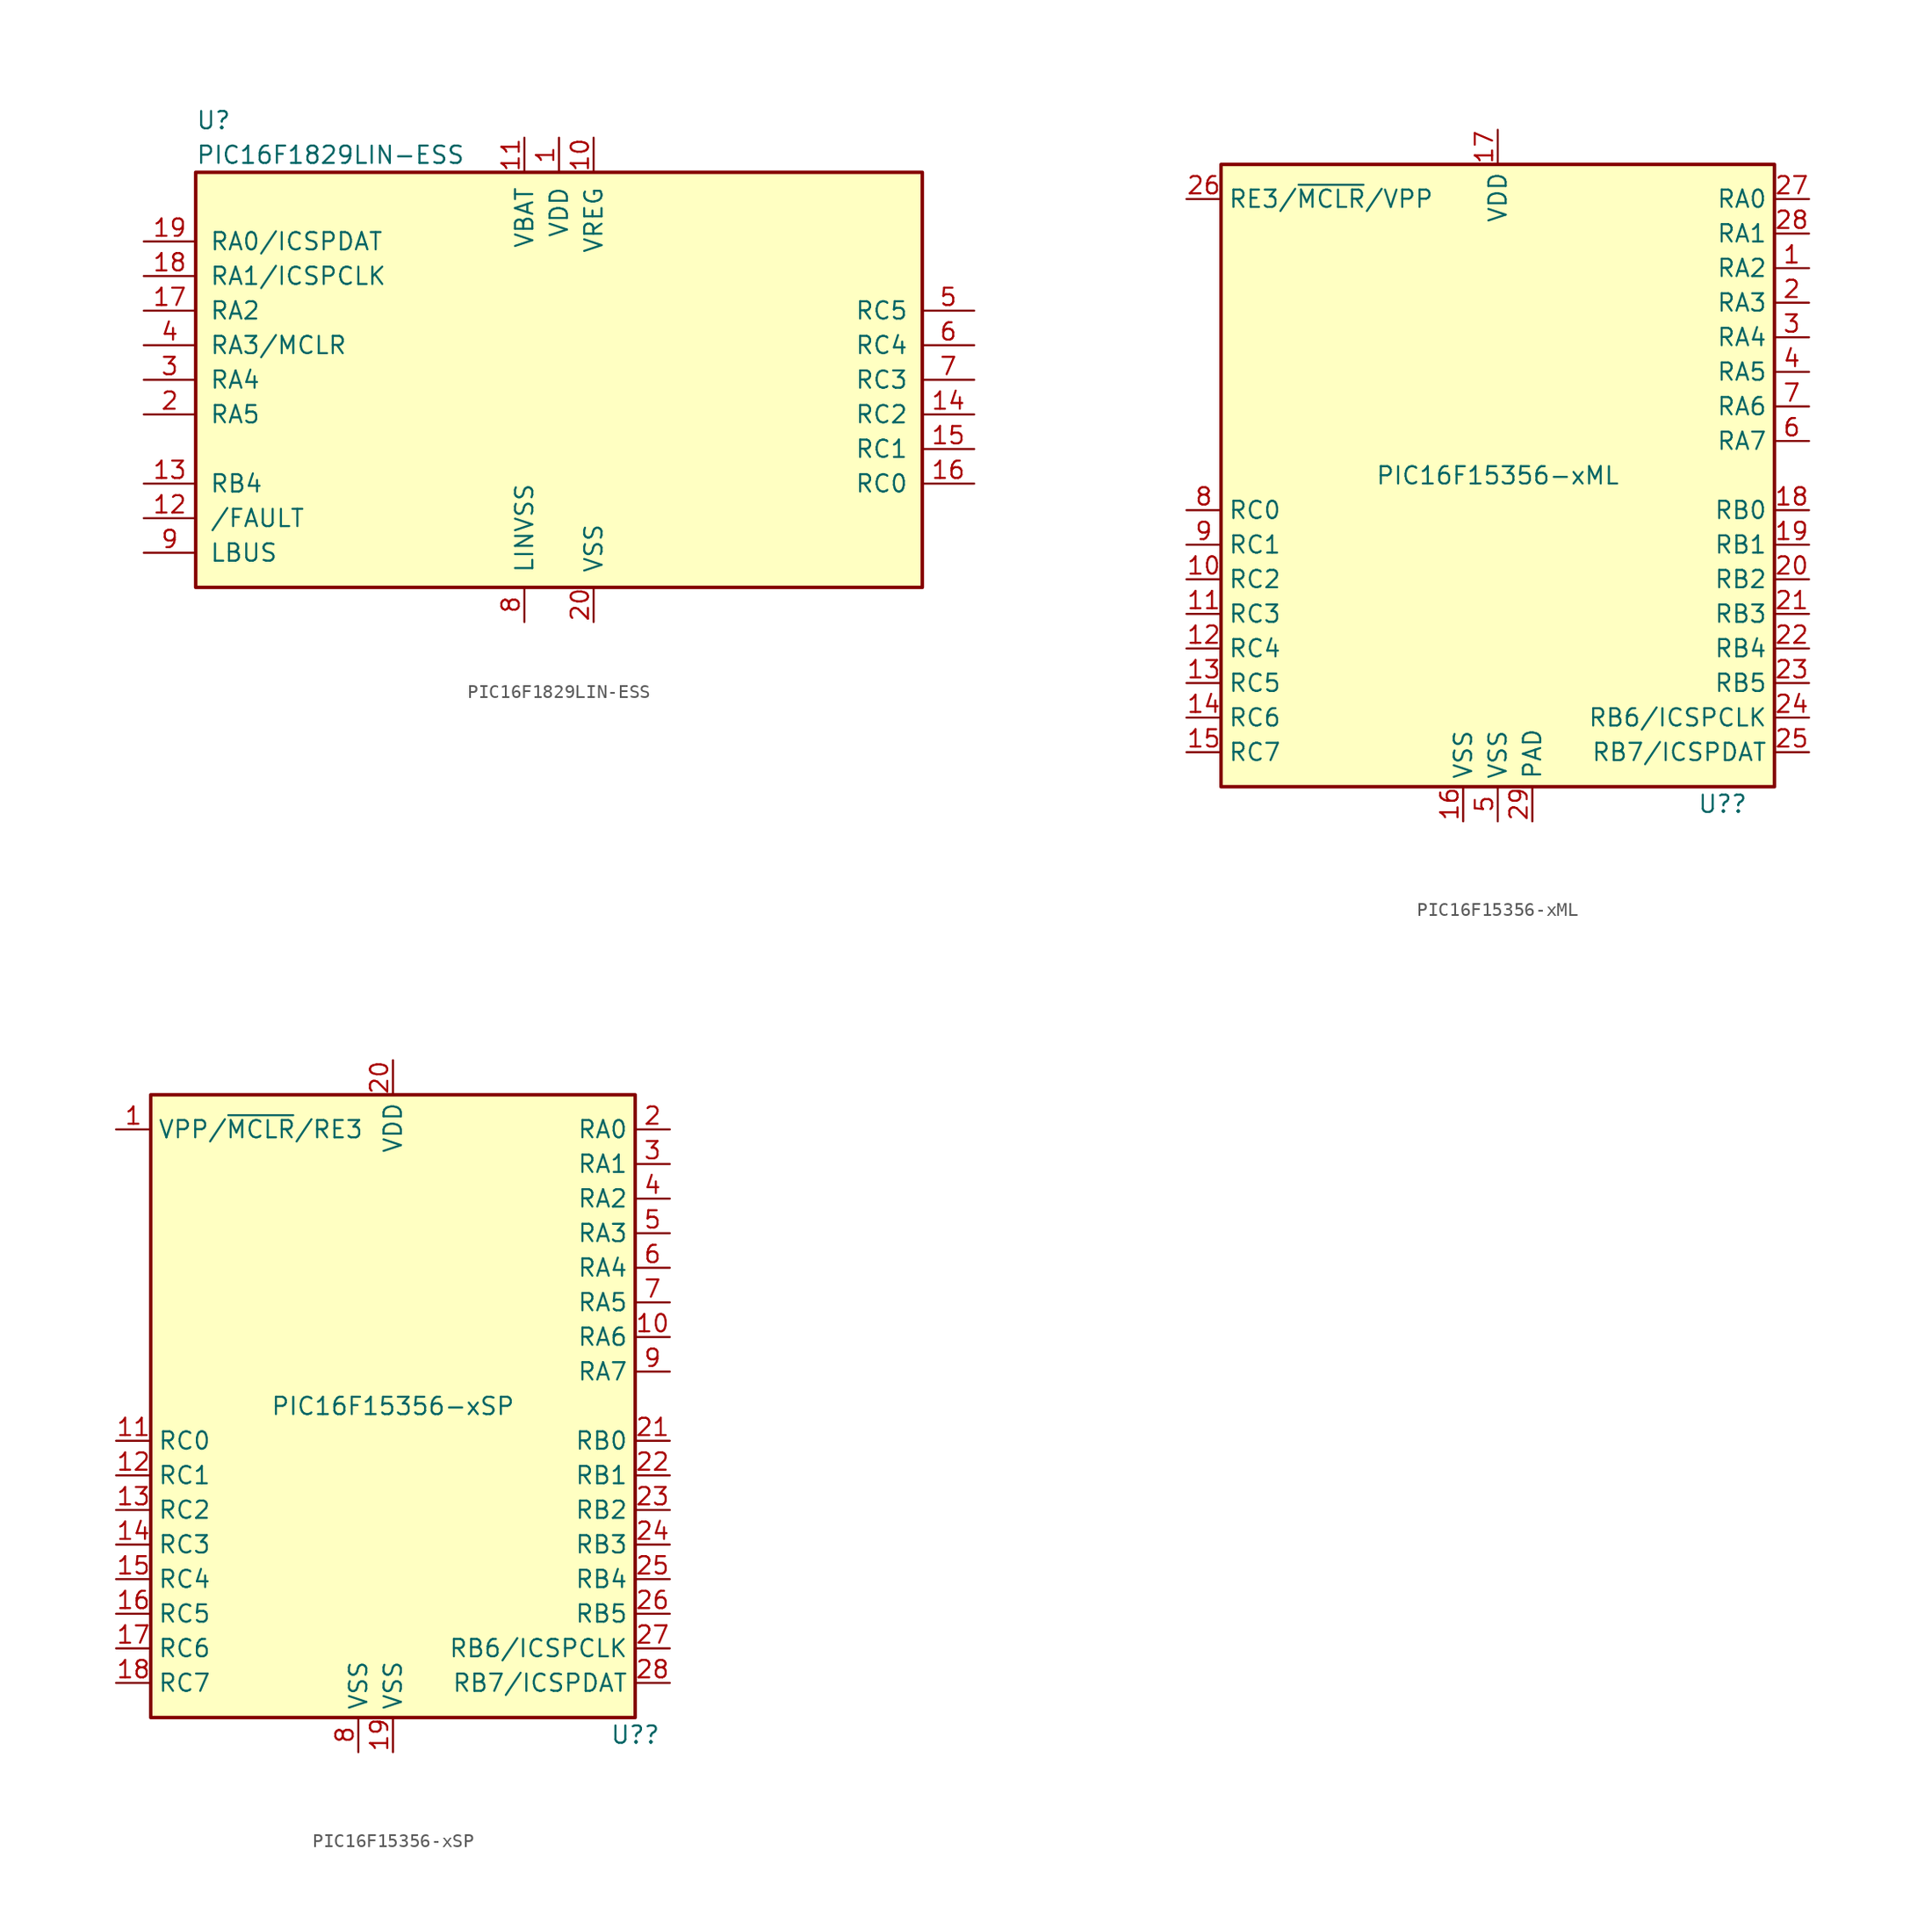
<source format=kicad_sym>
(kicad_symbol_lib
  (version 20211014)
  (generator kicad_symbol_editor)
  (symbol "PIC16F1829LIN-ESS"
    (pin_names
      (offset 1.016))
    (property "Reference" "U"
      (at -26.67 19.05 0)
      (effects (font (size 1.27 1.27)) (justify left)))
    (property "Value" "PIC16F1829LIN-ESS"
      (at -26.67 16.51 0)
      (effects (font (size 1.27 1.27)) (justify left)))
    (symbol "PIC16F1829LIN-ESS_0_1"
      (rectangle (start -26.67 15.24) (end 26.67 -15.24) (stroke (width 0.254) (type default) (color 0 0 0 0)) (fill (type background))))
    (symbol "PIC16F1829LIN-ESS_1_1"
      (pin power_in line (at 0 17.78 270) (length 2.54) (name "VDD" (effects (font (size 1.27 1.27)))) (number "1" (effects (font (size 1.27 1.27)))))
      (pin power_out line (at 2.54 17.78 270) (length 2.54) (name "VREG" (effects (font (size 1.27 1.27)))) (number "10" (effects (font (size 1.27 1.27)))))
      (pin power_in line (at -2.54 17.78 270) (length 2.54) (name "VBAT" (effects (font (size 1.27 1.27)))) (number "11" (effects (font (size 1.27 1.27)))))
      (pin bidirectional line (at -30.48 -10.16 0) (length 3.81) (name "/FAULT" (effects (font (size 1.27 1.27)))) (number "12" (effects (font (size 1.27 1.27)))))
      (pin bidirectional line (at -30.48 -7.62 0) (length 3.81) (name "RB4" (effects (font (size 1.27 1.27)))) (number "13" (effects (font (size 1.27 1.27)))))
      (pin bidirectional line (at 30.48 -2.54 180) (length 3.81) (name "RC2" (effects (font (size 1.27 1.27)))) (number "14" (effects (font (size 1.27 1.27)))))
      (pin bidirectional line (at 30.48 -5.08 180) (length 3.81) (name "RC1" (effects (font (size 1.27 1.27)))) (number "15" (effects (font (size 1.27 1.27)))))
      (pin bidirectional line (at 30.48 -7.62 180) (length 3.81) (name "RC0" (effects (font (size 1.27 1.27)))) (number "16" (effects (font (size 1.27 1.27)))))
      (pin bidirectional line (at -30.48 5.08 0) (length 3.81) (name "RA2" (effects (font (size 1.27 1.27)))) (number "17" (effects (font (size 1.27 1.27)))))
      (pin bidirectional line (at -30.48 7.62 0) (length 3.81) (name "RA1/ICSPCLK" (effects (font (size 1.27 1.27)))) (number "18" (effects (font (size 1.27 1.27)))))
      (pin bidirectional line (at -30.48 10.16 0) (length 3.81) (name "RA0/ICSPDAT" (effects (font (size 1.27 1.27)))) (number "19" (effects (font (size 1.27 1.27)))))
      (pin bidirectional line (at -30.48 -2.54 0) (length 3.81) (name "RA5" (effects (font (size 1.27 1.27)))) (number "2" (effects (font (size 1.27 1.27)))))
      (pin power_in line (at 2.54 -17.78 90) (length 2.54) (name "VSS" (effects (font (size 1.27 1.27)))) (number "20" (effects (font (size 1.27 1.27)))))
      (pin bidirectional line (at -30.48 0 0) (length 3.81) (name "RA4" (effects (font (size 1.27 1.27)))) (number "3" (effects (font (size 1.27 1.27)))))
      (pin bidirectional line (at -30.48 2.54 0) (length 3.81) (name "RA3/MCLR" (effects (font (size 1.27 1.27)))) (number "4" (effects (font (size 1.27 1.27)))))
      (pin bidirectional line (at 30.48 5.08 180) (length 3.81) (name "RC5" (effects (font (size 1.27 1.27)))) (number "5" (effects (font (size 1.27 1.27)))))
      (pin bidirectional line (at 30.48 2.54 180) (length 3.81) (name "RC4" (effects (font (size 1.27 1.27)))) (number "6" (effects (font (size 1.27 1.27)))))
      (pin bidirectional line (at 30.48 0 180) (length 3.81) (name "RC3" (effects (font (size 1.27 1.27)))) (number "7" (effects (font (size 1.27 1.27)))))
      (pin power_in line (at -2.54 -17.78 90) (length 2.54) (name "LINVSS" (effects (font (size 1.27 1.27)))) (number "8" (effects (font (size 1.27 1.27)))))
      (pin bidirectional line (at -30.48 -12.7 0) (length 3.81) (name "LBUS" (effects (font (size 1.27 1.27)))) (number "9" (effects (font (size 1.27 1.27)))))))
  (symbol "PIC16F15356-xML"
    (property "Reference" "U?"
      (at 16.51 -24.13 0)
      (effects (font (size 1.27 1.27))))
    (property "Value" "PIC16F15356-xML"
      (at 0 0 0)
      (effects (font (size 1.27 1.27))))
    (symbol "PIC16F15356-xML_0_0"
      (pin power_in line (at 2.54 -25.4 90) (length 2.54) (name "PAD" (effects (font (size 1.27 1.27)))) (number "29" (effects (font (size 1.27 1.27))))))
    (symbol "PIC16F15356-xML_0_1"
      (rectangle (start -20.32 -22.86) (end 20.32 22.86) (stroke (width 0.254) (type default) (color 0 0 0 0)) (fill (type background))))
    (symbol "PIC16F15356-xML_1_1"
      (pin bidirectional line (at 22.86 15.24 180) (length 2.54) (name "RA2" (effects (font (size 1.27 1.27)))) (number "1" (effects (font (size 1.27 1.27)))))
      (pin bidirectional line (at -22.86 -7.62 0) (length 2.54) (name "RC2" (effects (font (size 1.27 1.27)))) (number "10" (effects (font (size 1.27 1.27)))))
      (pin bidirectional line (at -22.86 -10.16 0) (length 2.54) (name "RC3" (effects (font (size 1.27 1.27)))) (number "11" (effects (font (size 1.27 1.27)))))
      (pin bidirectional line (at -22.86 -12.7 0) (length 2.54) (name "RC4" (effects (font (size 1.27 1.27)))) (number "12" (effects (font (size 1.27 1.27)))))
      (pin bidirectional line (at -22.86 -15.24 0) (length 2.54) (name "RC5" (effects (font (size 1.27 1.27)))) (number "13" (effects (font (size 1.27 1.27)))))
      (pin bidirectional line (at -22.86 -17.78 0) (length 2.54) (name "RC6" (effects (font (size 1.27 1.27)))) (number "14" (effects (font (size 1.27 1.27)))))
      (pin bidirectional line (at -22.86 -20.32 0) (length 2.54) (name "RC7" (effects (font (size 1.27 1.27)))) (number "15" (effects (font (size 1.27 1.27)))))
      (pin power_in line (at -2.54 -25.4 90) (length 2.54) (name "VSS" (effects (font (size 1.27 1.27)))) (number "16" (effects (font (size 1.27 1.27)))))
      (pin power_in line (at 0 25.4 270) (length 2.54) (name "VDD" (effects (font (size 1.27 1.27)))) (number "17" (effects (font (size 1.27 1.27)))))
      (pin bidirectional line (at 22.86 -2.54 180) (length 2.54) (name "RB0" (effects (font (size 1.27 1.27)))) (number "18" (effects (font (size 1.27 1.27)))))
      (pin bidirectional line (at 22.86 -5.08 180) (length 2.54) (name "RB1" (effects (font (size 1.27 1.27)))) (number "19" (effects (font (size 1.27 1.27)))))
      (pin bidirectional line (at 22.86 12.7 180) (length 2.54) (name "RA3" (effects (font (size 1.27 1.27)))) (number "2" (effects (font (size 1.27 1.27)))))
      (pin bidirectional line (at 22.86 -7.62 180) (length 2.54) (name "RB2" (effects (font (size 1.27 1.27)))) (number "20" (effects (font (size 1.27 1.27)))))
      (pin bidirectional line (at 22.86 -10.16 180) (length 2.54) (name "RB3" (effects (font (size 1.27 1.27)))) (number "21" (effects (font (size 1.27 1.27)))))
      (pin bidirectional line (at 22.86 -12.7 180) (length 2.54) (name "RB4" (effects (font (size 1.27 1.27)))) (number "22" (effects (font (size 1.27 1.27)))))
      (pin bidirectional line (at 22.86 -15.24 180) (length 2.54) (name "RB5" (effects (font (size 1.27 1.27)))) (number "23" (effects (font (size 1.27 1.27)))))
      (pin bidirectional line (at 22.86 -17.78 180) (length 2.54) (name "RB6/ICSPCLK" (effects (font (size 1.27 1.27)))) (number "24" (effects (font (size 1.27 1.27)))))
      (pin bidirectional line (at 22.86 -20.32 180) (length 2.54) (name "RB7/ICSPDAT" (effects (font (size 1.27 1.27)))) (number "25" (effects (font (size 1.27 1.27)))))
      (pin bidirectional line (at -22.86 20.32 0) (length 2.54) (name "RE3/~{MCLR}/VPP" (effects (font (size 1.27 1.27)))) (number "26" (effects (font (size 1.27 1.27)))))
      (pin bidirectional line (at 22.86 20.32 180) (length 2.54) (name "RA0" (effects (font (size 1.27 1.27)))) (number "27" (effects (font (size 1.27 1.27)))))
      (pin bidirectional line (at 22.86 17.78 180) (length 2.54) (name "RA1" (effects (font (size 1.27 1.27)))) (number "28" (effects (font (size 1.27 1.27)))))
      (pin bidirectional line (at 22.86 10.16 180) (length 2.54) (name "RA4" (effects (font (size 1.27 1.27)))) (number "3" (effects (font (size 1.27 1.27)))))
      (pin bidirectional line (at 22.86 7.62 180) (length 2.54) (name "RA5" (effects (font (size 1.27 1.27)))) (number "4" (effects (font (size 1.27 1.27)))))
      (pin power_in line (at 0 -25.4 90) (length 2.54) (name "VSS" (effects (font (size 1.27 1.27)))) (number "5" (effects (font (size 1.27 1.27)))))
      (pin bidirectional line (at 22.86 2.54 180) (length 2.54) (name "RA7" (effects (font (size 1.27 1.27)))) (number "6" (effects (font (size 1.27 1.27)))))
      (pin bidirectional line (at 22.86 5.08 180) (length 2.54) (name "RA6" (effects (font (size 1.27 1.27)))) (number "7" (effects (font (size 1.27 1.27)))))
      (pin bidirectional line (at -22.86 -2.54 0) (length 2.54) (name "RC0" (effects (font (size 1.27 1.27)))) (number "8" (effects (font (size 1.27 1.27)))))
      (pin bidirectional line (at -22.86 -5.08 0) (length 2.54) (name "RC1" (effects (font (size 1.27 1.27)))) (number "9" (effects (font (size 1.27 1.27)))))))
  (symbol "PIC16F15356-xSP"
    (property "Reference" "U?"
      (at 17.78 -24.13 0)
      (effects (font (size 1.27 1.27))))
    (property "Value" "PIC16F15356-xSP"
      (at 0 0 0)
      (effects (font (size 1.27 1.27))))
    (symbol "PIC16F15356-xSP_0_1"
      (rectangle (start 17.78 22.86) (end -17.78 -22.86) (stroke (width 0.254) (type default) (color 0 0 0 0)) (fill (type background))))
    (symbol "PIC16F15356-xSP_1_1"
      (pin bidirectional line (at -20.32 20.32 0) (length 2.54) (name "VPP/~{MCLR}/RE3" (effects (font (size 1.27 1.27)))) (number "1" (effects (font (size 1.27 1.27)))))
      (pin bidirectional line (at 20.32 5.08 180) (length 2.54) (name "RA6" (effects (font (size 1.27 1.27)))) (number "10" (effects (font (size 1.27 1.27)))))
      (pin bidirectional line (at -20.32 -2.54 0) (length 2.54) (name "RC0" (effects (font (size 1.27 1.27)))) (number "11" (effects (font (size 1.27 1.27)))))
      (pin bidirectional line (at -20.32 -5.08 0) (length 2.54) (name "RC1" (effects (font (size 1.27 1.27)))) (number "12" (effects (font (size 1.27 1.27)))))
      (pin bidirectional line (at -20.32 -7.62 0) (length 2.54) (name "RC2" (effects (font (size 1.27 1.27)))) (number "13" (effects (font (size 1.27 1.27)))))
      (pin bidirectional line (at -20.32 -10.16 0) (length 2.54) (name "RC3" (effects (font (size 1.27 1.27)))) (number "14" (effects (font (size 1.27 1.27)))))
      (pin bidirectional line (at -20.32 -12.7 0) (length 2.54) (name "RC4" (effects (font (size 1.27 1.27)))) (number "15" (effects (font (size 1.27 1.27)))))
      (pin bidirectional line (at -20.32 -15.24 0) (length 2.54) (name "RC5" (effects (font (size 1.27 1.27)))) (number "16" (effects (font (size 1.27 1.27)))))
      (pin bidirectional line (at -20.32 -17.78 0) (length 2.54) (name "RC6" (effects (font (size 1.27 1.27)))) (number "17" (effects (font (size 1.27 1.27)))))
      (pin bidirectional line (at -20.32 -20.32 0) (length 2.54) (name "RC7" (effects (font (size 1.27 1.27)))) (number "18" (effects (font (size 1.27 1.27)))))
      (pin power_in line (at 0 -25.4 90) (length 2.54) (name "VSS" (effects (font (size 1.27 1.27)))) (number "19" (effects (font (size 1.27 1.27)))))
      (pin bidirectional line (at 20.32 20.32 180) (length 2.54) (name "RA0" (effects (font (size 1.27 1.27)))) (number "2" (effects (font (size 1.27 1.27)))))
      (pin power_in line (at 0 25.4 270) (length 2.54) (name "VDD" (effects (font (size 1.27 1.27)))) (number "20" (effects (font (size 1.27 1.27)))))
      (pin bidirectional line (at 20.32 -2.54 180) (length 2.54) (name "RB0" (effects (font (size 1.27 1.27)))) (number "21" (effects (font (size 1.27 1.27)))))
      (pin bidirectional line (at 20.32 -5.08 180) (length 2.54) (name "RB1" (effects (font (size 1.27 1.27)))) (number "22" (effects (font (size 1.27 1.27)))))
      (pin bidirectional line (at 20.32 -7.62 180) (length 2.54) (name "RB2" (effects (font (size 1.27 1.27)))) (number "23" (effects (font (size 1.27 1.27)))))
      (pin bidirectional line (at 20.32 -10.16 180) (length 2.54) (name "RB3" (effects (font (size 1.27 1.27)))) (number "24" (effects (font (size 1.27 1.27)))))
      (pin bidirectional line (at 20.32 -12.7 180) (length 2.54) (name "RB4" (effects (font (size 1.27 1.27)))) (number "25" (effects (font (size 1.27 1.27)))))
      (pin bidirectional line (at 20.32 -15.24 180) (length 2.54) (name "RB5" (effects (font (size 1.27 1.27)))) (number "26" (effects (font (size 1.27 1.27)))))
      (pin bidirectional line (at 20.32 -17.78 180) (length 2.54) (name "RB6/ICSPCLK" (effects (font (size 1.27 1.27)))) (number "27" (effects (font (size 1.27 1.27)))))
      (pin bidirectional line (at 20.32 -20.32 180) (length 2.54) (name "RB7/ICSPDAT" (effects (font (size 1.27 1.27)))) (number "28" (effects (font (size 1.27 1.27)))))
      (pin bidirectional line (at 20.32 17.78 180) (length 2.54) (name "RA1" (effects (font (size 1.27 1.27)))) (number "3" (effects (font (size 1.27 1.27)))))
      (pin bidirectional line (at 20.32 15.24 180) (length 2.54) (name "RA2" (effects (font (size 1.27 1.27)))) (number "4" (effects (font (size 1.27 1.27)))))
      (pin bidirectional line (at 20.32 12.7 180) (length 2.54) (name "RA3" (effects (font (size 1.27 1.27)))) (number "5" (effects (font (size 1.27 1.27)))))
      (pin bidirectional line (at 20.32 10.16 180) (length 2.54) (name "RA4" (effects (font (size 1.27 1.27)))) (number "6" (effects (font (size 1.27 1.27)))))
      (pin bidirectional line (at 20.32 7.62 180) (length 2.54) (name "RA5" (effects (font (size 1.27 1.27)))) (number "7" (effects (font (size 1.27 1.27)))))
      (pin power_in line (at -2.54 -25.4 90) (length 2.54) (name "VSS" (effects (font (size 1.27 1.27)))) (number "8" (effects (font (size 1.27 1.27)))))
      (pin bidirectional line (at 20.32 2.54 180) (length 2.54) (name "RA7" (effects (font (size 1.27 1.27)))) (number "9" (effects (font (size 1.27 1.27))))))))
</source>
